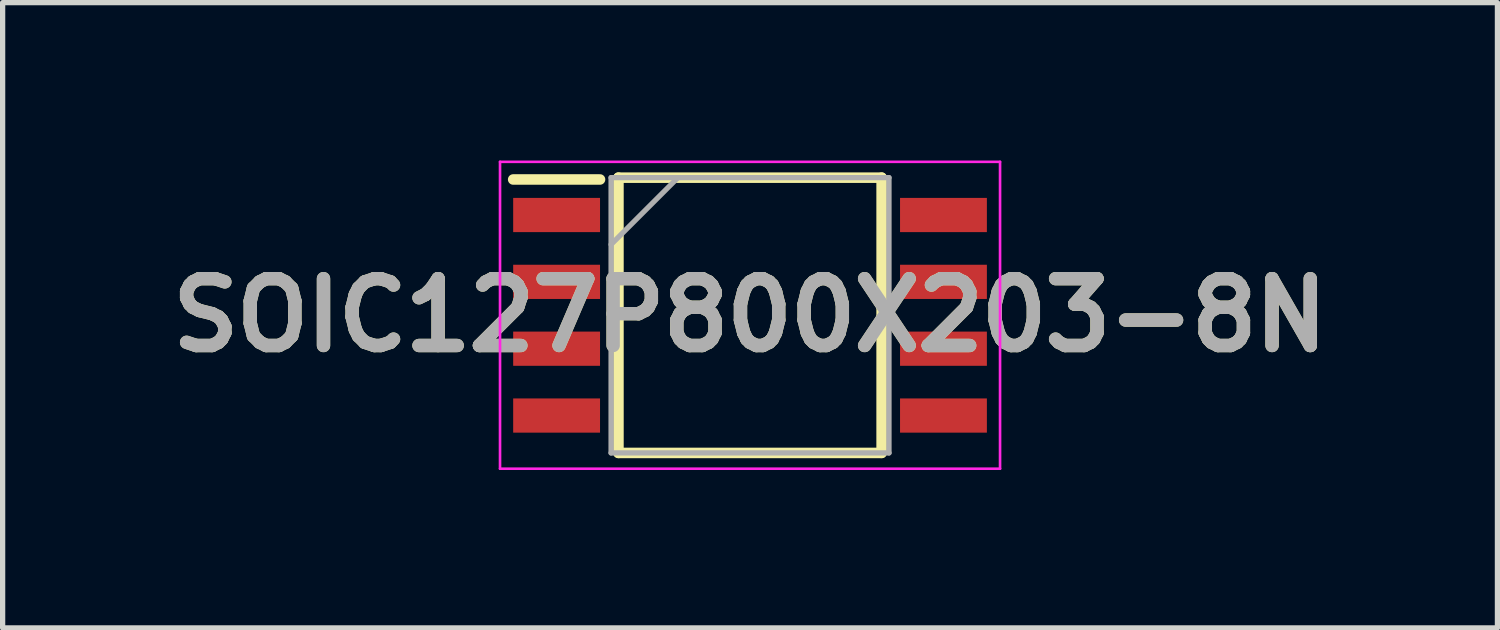
<source format=kicad_pcb>
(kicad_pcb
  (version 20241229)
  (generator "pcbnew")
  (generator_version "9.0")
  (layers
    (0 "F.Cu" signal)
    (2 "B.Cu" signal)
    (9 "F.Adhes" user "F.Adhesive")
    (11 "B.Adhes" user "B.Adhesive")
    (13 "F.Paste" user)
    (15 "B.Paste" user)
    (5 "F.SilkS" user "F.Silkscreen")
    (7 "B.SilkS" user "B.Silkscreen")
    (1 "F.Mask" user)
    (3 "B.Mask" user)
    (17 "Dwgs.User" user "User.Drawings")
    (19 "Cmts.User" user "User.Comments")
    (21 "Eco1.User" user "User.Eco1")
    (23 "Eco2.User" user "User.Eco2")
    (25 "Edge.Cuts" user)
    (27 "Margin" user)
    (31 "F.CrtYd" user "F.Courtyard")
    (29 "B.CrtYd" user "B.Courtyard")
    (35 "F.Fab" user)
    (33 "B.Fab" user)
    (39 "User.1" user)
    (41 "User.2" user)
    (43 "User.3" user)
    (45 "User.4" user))
  (footprint "SOIC127P800X203-8N"
    (layer "F.Cu")
    (at 11.2 2.94)
    (property "Reference" "SOIC127P800X203-8N" (at 0 0 0) (layer "F.SilkS") (effects (font (size 1.27 1.27) (thickness 0.254))))
    (attr smd)
    (fp_line (start -4.5 -2.58) (end -2.85 -2.58) (stroke (width 0.2) (type solid)) (layer "F.SilkS"))
    (fp_line (start -2.5 -2.615) (end 2.5 -2.615) (stroke (width 0.2) (type solid)) (layer "F.SilkS"))
    (fp_line (start -2.5 2.615) (end -2.5 -2.615) (stroke (width 0.2) (type solid)) (layer "F.SilkS"))
    (fp_line (start 2.5 -2.615) (end 2.5 2.615) (stroke (width 0.2) (type solid)) (layer "F.SilkS"))
    (fp_line (start 2.5 2.615) (end -2.5 2.615) (stroke (width 0.2) (type solid)) (layer "F.SilkS"))
    (fp_line (start -4.75 -2.915) (end 4.75 -2.915) (stroke (width 0.05) (type solid)) (layer "F.CrtYd"))
    (fp_line (start -4.75 2.915) (end -4.75 -2.915) (stroke (width 0.05) (type solid)) (layer "F.CrtYd"))
    (fp_line (start 4.75 -2.915) (end 4.75 2.915) (stroke (width 0.05) (type solid)) (layer "F.CrtYd"))
    (fp_line (start 4.75 2.915) (end -4.75 2.915) (stroke (width 0.05) (type solid)) (layer "F.CrtYd"))
    (fp_line (start -2.64 -2.615) (end 2.64 -2.615) (stroke (width 0.1) (type solid)) (layer "F.Fab"))
    (fp_line (start -2.64 -1.345) (end -1.37 -2.615) (stroke (width 0.1) (type solid)) (layer "F.Fab"))
    (fp_line (start -2.64 2.615) (end -2.64 -2.615) (stroke (width 0.1) (type solid)) (layer "F.Fab"))
    (fp_line (start 2.64 -2.615) (end 2.64 2.615) (stroke (width 0.1) (type solid)) (layer "F.Fab"))
    (fp_line (start 2.64 2.615) (end -2.64 2.615) (stroke (width 0.1) (type solid)) (layer "F.Fab"))
    (fp_text user "${REFERENCE}" (at 0 0 0) (layer "F.Fab") (effects (font (size 1.27 1.27) (thickness 0.254))))
    (pad "1" smd rect (at -3.675 -1.905 90) (size 0.65 1.65) (layers "F.Cu" "F.Mask" "F.Paste"))
    (pad "2" smd rect (at -3.675 -0.635 90) (size 0.65 1.65) (layers "F.Cu" "F.Mask" "F.Paste"))
    (pad "3" smd rect (at -3.675 0.635 90) (size 0.65 1.65) (layers "F.Cu" "F.Mask" "F.Paste"))
    (pad "4" smd rect (at -3.675 1.905 90) (size 0.65 1.65) (layers "F.Cu" "F.Mask" "F.Paste"))
    (pad "5" smd rect (at 3.675 1.905 90) (size 0.65 1.65) (layers "F.Cu" "F.Mask" "F.Paste"))
    (pad "6" smd rect (at 3.675 0.635 90) (size 0.65 1.65) (layers "F.Cu" "F.Mask" "F.Paste"))
    (pad "7" smd rect (at 3.675 -0.635 90) (size 0.65 1.65) (layers "F.Cu" "F.Mask" "F.Paste"))
    (pad "8" smd rect (at 3.675 -1.905 90) (size 0.65 1.65) (layers "F.Cu" "F.Mask" "F.Paste")))
  (gr_rect
    (start -3 -3)
    (end 25.4 8.88)
    (stroke (width 0.1) (type default))
    (fill no)
    (layer "Edge.Cuts")))
</source>
